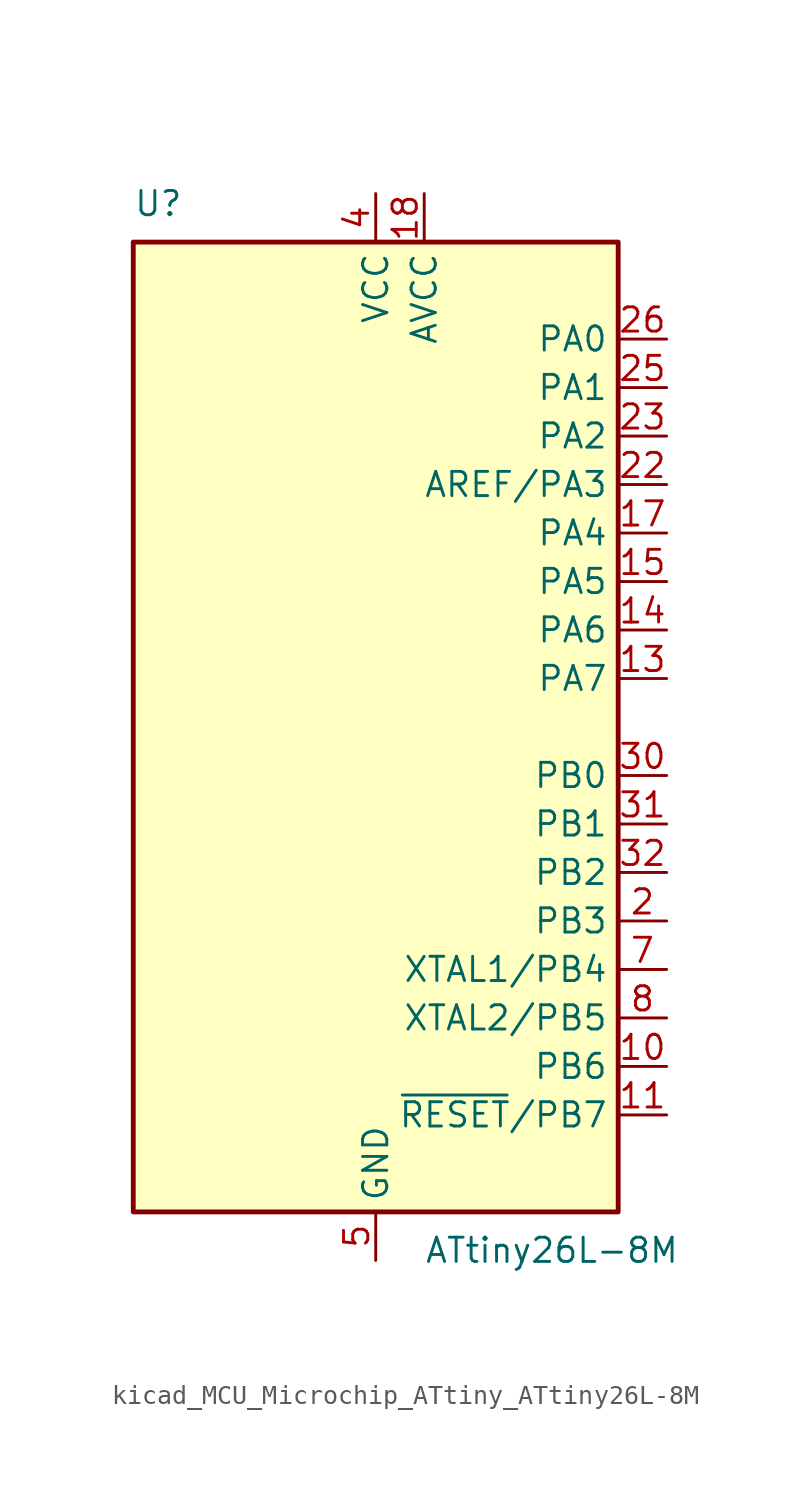
<source format=kicad_sym>
(kicad_symbol_lib
  (version 20220914)
  (generator kicad_symbol_editor)
  (symbol "kicad_MCU_Microchip_ATtiny_ATtiny26L-8M"
    (property "Reference" "U"
      (at -12.7 26.67 0)
      (effects (font (size 1.27 1.27)) (justify left bottom)))
    (property "Value" "ATtiny26L-8M"
      (at 2.54 -26.67 0)
      (effects (font (size 1.27 1.27)) (justify left top)))
    (symbol "kicad_MCU_Microchip_ATtiny_ATtiny26L-8M_0_1"
      (rectangle (start -12.7 -25.4) (end 12.7 25.4) (stroke (width 0.254) (type default)) (fill (type background))))
    (symbol "kicad_MCU_Microchip_ATtiny_ATtiny26L-8M_1_1"
      (pin no_connect line (at -12.7 5.08 0) (length 2.54) hide (name "NC" (effects (font (size 1.27 1.27)))) (number "1" (effects (font (size 1.27 1.27)))))
      (pin bidirectional line (at 15.24 -17.78 180) (length 2.54) (name "PB6" (effects (font (size 1.27 1.27)))) (number "10" (effects (font (size 1.27 1.27)))))
      (pin bidirectional line (at 15.24 -20.32 180) (length 2.54) (name "~{RESET}/PB7" (effects (font (size 1.27 1.27)))) (number "11" (effects (font (size 1.27 1.27)))))
      (pin no_connect line (at -12.7 -5.08 0) (length 2.54) hide (name "NC" (effects (font (size 1.27 1.27)))) (number "12" (effects (font (size 1.27 1.27)))))
      (pin bidirectional line (at 15.24 2.54 180) (length 2.54) (name "PA7" (effects (font (size 1.27 1.27)))) (number "13" (effects (font (size 1.27 1.27)))))
      (pin bidirectional line (at 15.24 5.08 180) (length 2.54) (name "PA6" (effects (font (size 1.27 1.27)))) (number "14" (effects (font (size 1.27 1.27)))))
      (pin bidirectional line (at 15.24 7.62 180) (length 2.54) (name "PA5" (effects (font (size 1.27 1.27)))) (number "15" (effects (font (size 1.27 1.27)))))
      (pin no_connect line (at -12.7 -7.62 0) (length 2.54) hide (name "NC" (effects (font (size 1.27 1.27)))) (number "16" (effects (font (size 1.27 1.27)))))
      (pin bidirectional line (at 15.24 10.16 180) (length 2.54) (name "PA4" (effects (font (size 1.27 1.27)))) (number "17" (effects (font (size 1.27 1.27)))))
      (pin power_in line (at 2.54 27.94 270) (length 2.54) (name "AVCC" (effects (font (size 1.27 1.27)))) (number "18" (effects (font (size 1.27 1.27)))))
      (pin no_connect line (at -12.7 -10.16 0) (length 2.54) hide (name "NC" (effects (font (size 1.27 1.27)))) (number "19" (effects (font (size 1.27 1.27)))))
      (pin bidirectional line (at 15.24 -10.16 180) (length 2.54) (name "PB3" (effects (font (size 1.27 1.27)))) (number "2" (effects (font (size 1.27 1.27)))))
      (pin no_connect line (at -12.7 -12.7 0) (length 2.54) hide (name "NC" (effects (font (size 1.27 1.27)))) (number "20" (effects (font (size 1.27 1.27)))))
      (pin passive line (at 0 -27.94 90) (length 2.54) hide (name "GND" (effects (font (size 1.27 1.27)))) (number "21" (effects (font (size 1.27 1.27)))))
      (pin bidirectional line (at 15.24 12.7 180) (length 2.54) (name "AREF/PA3" (effects (font (size 1.27 1.27)))) (number "22" (effects (font (size 1.27 1.27)))))
      (pin bidirectional line (at 15.24 15.24 180) (length 2.54) (name "PA2" (effects (font (size 1.27 1.27)))) (number "23" (effects (font (size 1.27 1.27)))))
      (pin no_connect line (at -12.7 -15.24 0) (length 2.54) hide (name "NC" (effects (font (size 1.27 1.27)))) (number "24" (effects (font (size 1.27 1.27)))))
      (pin bidirectional line (at 15.24 17.78 180) (length 2.54) (name "PA1" (effects (font (size 1.27 1.27)))) (number "25" (effects (font (size 1.27 1.27)))))
      (pin bidirectional line (at 15.24 20.32 180) (length 2.54) (name "PA0" (effects (font (size 1.27 1.27)))) (number "26" (effects (font (size 1.27 1.27)))))
      (pin no_connect line (at -12.7 -17.78 0) (length 2.54) hide (name "NC" (effects (font (size 1.27 1.27)))) (number "27" (effects (font (size 1.27 1.27)))))
      (pin no_connect line (at -12.7 -20.32 0) (length 2.54) hide (name "NC" (effects (font (size 1.27 1.27)))) (number "28" (effects (font (size 1.27 1.27)))))
      (pin no_connect line (at -12.7 -22.86 0) (length 2.54) hide (name "NC" (effects (font (size 1.27 1.27)))) (number "29" (effects (font (size 1.27 1.27)))))
      (pin no_connect line (at -12.7 2.54 0) (length 2.54) hide (name "NC" (effects (font (size 1.27 1.27)))) (number "3" (effects (font (size 1.27 1.27)))))
      (pin bidirectional line (at 15.24 -2.54 180) (length 2.54) (name "PB0" (effects (font (size 1.27 1.27)))) (number "30" (effects (font (size 1.27 1.27)))))
      (pin bidirectional line (at 15.24 -5.08 180) (length 2.54) (name "PB1" (effects (font (size 1.27 1.27)))) (number "31" (effects (font (size 1.27 1.27)))))
      (pin bidirectional line (at 15.24 -7.62 180) (length 2.54) (name "PB2" (effects (font (size 1.27 1.27)))) (number "32" (effects (font (size 1.27 1.27)))))
      (pin passive line (at 0 -27.94 90) (length 2.54) hide (name "GND" (effects (font (size 1.27 1.27)))) (number "33" (effects (font (size 1.27 1.27)))))
      (pin power_in line (at 0 27.94 270) (length 2.54) (name "VCC" (effects (font (size 1.27 1.27)))) (number "4" (effects (font (size 1.27 1.27)))))
      (pin power_in line (at 0 -27.94 90) (length 2.54) (name "GND" (effects (font (size 1.27 1.27)))) (number "5" (effects (font (size 1.27 1.27)))))
      (pin no_connect line (at -12.7 0 0) (length 2.54) hide (name "NC" (effects (font (size 1.27 1.27)))) (number "6" (effects (font (size 1.27 1.27)))))
      (pin bidirectional line (at 15.24 -12.7 180) (length 2.54) (name "XTAL1/PB4" (effects (font (size 1.27 1.27)))) (number "7" (effects (font (size 1.27 1.27)))))
      (pin bidirectional line (at 15.24 -15.24 180) (length 2.54) (name "XTAL2/PB5" (effects (font (size 1.27 1.27)))) (number "8" (effects (font (size 1.27 1.27)))))
      (pin no_connect line (at -12.7 -2.54 0) (length 2.54) hide (name "NC" (effects (font (size 1.27 1.27)))) (number "9" (effects (font (size 1.27 1.27))))))))
</source>
